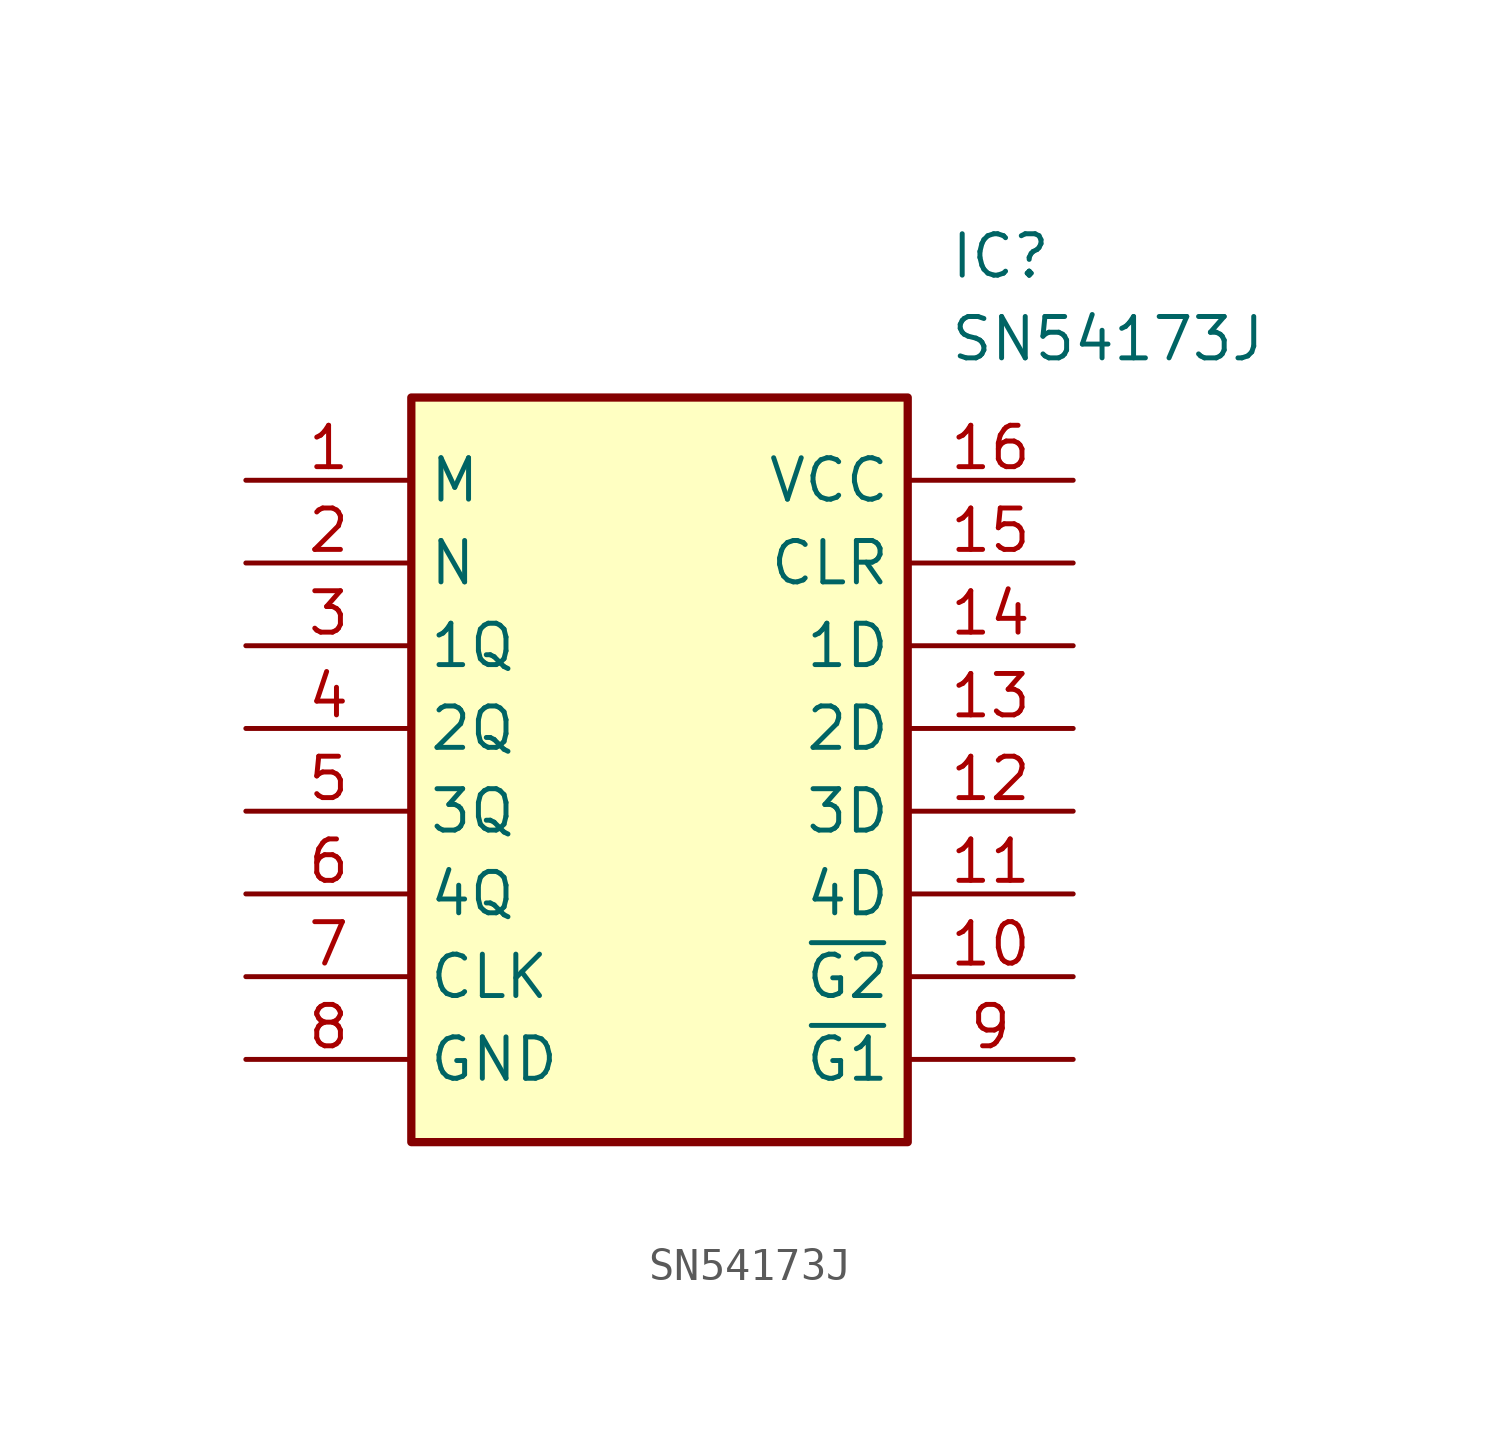
<source format=kicad_sym>
(kicad_symbol_lib
  (version 20211014)
  (generator SamacSys_ECAD_Model)
  (symbol "SN54173J"
    (property "Reference" "IC"
      (at 21.59 7.62 0)
      (effects (font (size 1.27 1.27)) (justify left top)))
    (property "Value" "SN54173J"
      (at 21.59 5.08 0)
      (effects (font (size 1.27 1.27)) (justify left top)))
    (rectangle
      (start 5.08 2.54)
      (end 20.32 -20.32)
      (stroke (width 0.254) (type default))
      (fill (type background)))
    (pin passive line
      (at 0 0 0)
      (length 5.08)
      (name "M" (effects (font (size 1.27 1.27))))
      (number "1" (effects (font (size 1.27 1.27)))))
    (pin passive line
      (at 0 -2.54 0)
      (length 5.08)
      (name "N" (effects (font (size 1.27 1.27))))
      (number "2" (effects (font (size 1.27 1.27)))))
    (pin passive line
      (at 0 -5.08 0)
      (length 5.08)
      (name "1Q" (effects (font (size 1.27 1.27))))
      (number "3" (effects (font (size 1.27 1.27)))))
    (pin passive line
      (at 0 -7.62 0)
      (length 5.08)
      (name "2Q" (effects (font (size 1.27 1.27))))
      (number "4" (effects (font (size 1.27 1.27)))))
    (pin passive line
      (at 0 -10.16 0)
      (length 5.08)
      (name "3Q" (effects (font (size 1.27 1.27))))
      (number "5" (effects (font (size 1.27 1.27)))))
    (pin passive line
      (at 0 -12.7 0)
      (length 5.08)
      (name "4Q" (effects (font (size 1.27 1.27))))
      (number "6" (effects (font (size 1.27 1.27)))))
    (pin passive line
      (at 0 -15.24 0)
      (length 5.08)
      (name "CLK" (effects (font (size 1.27 1.27))))
      (number "7" (effects (font (size 1.27 1.27)))))
    (pin passive line
      (at 0 -17.78 0)
      (length 5.08)
      (name "GND" (effects (font (size 1.27 1.27))))
      (number "8" (effects (font (size 1.27 1.27)))))
    (pin passive line
      (at 25.4 0 180)
      (length 5.08)
      (name "VCC" (effects (font (size 1.27 1.27))))
      (number "16" (effects (font (size 1.27 1.27)))))
    (pin passive line
      (at 25.4 -2.54 180)
      (length 5.08)
      (name "CLR" (effects (font (size 1.27 1.27))))
      (number "15" (effects (font (size 1.27 1.27)))))
    (pin passive line
      (at 25.4 -5.08 180)
      (length 5.08)
      (name "1D" (effects (font (size 1.27 1.27))))
      (number "14" (effects (font (size 1.27 1.27)))))
    (pin passive line
      (at 25.4 -7.62 180)
      (length 5.08)
      (name "2D" (effects (font (size 1.27 1.27))))
      (number "13" (effects (font (size 1.27 1.27)))))
    (pin passive line
      (at 25.4 -10.16 180)
      (length 5.08)
      (name "3D" (effects (font (size 1.27 1.27))))
      (number "12" (effects (font (size 1.27 1.27)))))
    (pin passive line
      (at 25.4 -12.7 180)
      (length 5.08)
      (name "4D" (effects (font (size 1.27 1.27))))
      (number "11" (effects (font (size 1.27 1.27)))))
    (pin passive line
      (at 25.4 -15.24 180)
      (length 5.08)
      (name "~{G2}" (effects (font (size 1.27 1.27))))
      (number "10" (effects (font (size 1.27 1.27)))))
    (pin passive line
      (at 25.4 -17.78 180)
      (length 5.08)
      (name "~{G1}" (effects (font (size 1.27 1.27))))
      (number "9" (effects (font (size 1.27 1.27)))))))
</source>
